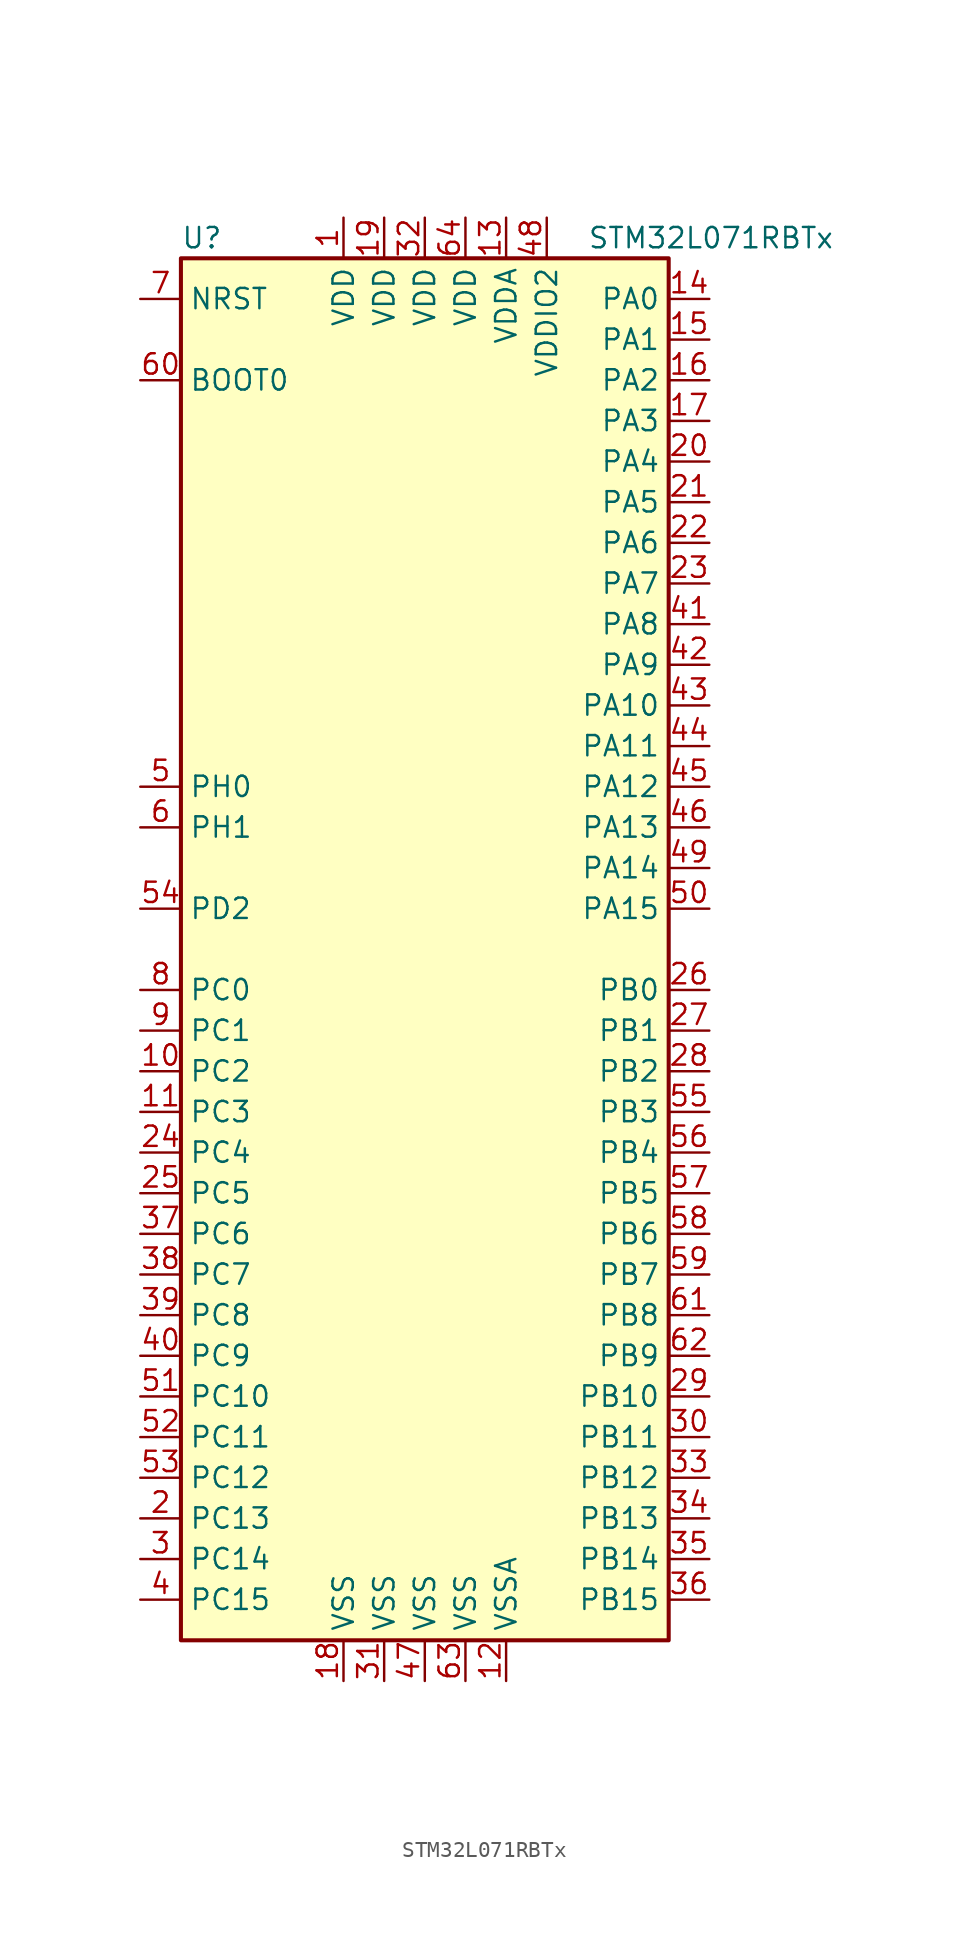
<source format=kicad_sym>
(kicad_symbol_lib
  (version 20201005)
  (generator kicad_symbol_editor)
  (symbol "MCU_ST_STM32L0:STM32L071RBTx"
    (property "Reference" "U"
      (at -15.24 44.45 0)
      (effects (font (size 1.27 1.27)) (justify left)))
    (property "Value" "STM32L071RBTx"
      (at 10.16 44.45 0)
      (effects (font (size 1.27 1.27)) (justify left)))
    (symbol "STM32L071RBTx_0_1"
      (rectangle (start -15.24 -43.18) (end 15.24 43.18) (stroke (width 0.254)) (fill (type background))))
    (symbol "STM32L071RBTx_1_1"
      (pin input line (at -17.78 35.56 0) (length 2.54) (name "BOOT0" (effects (font (size 1.27 1.27)))) (number "60" (effects (font (size 1.27 1.27)))))
      (pin input line (at -17.78 40.64 0) (length 2.54) (name "NRST" (effects (font (size 1.27 1.27)))) (number "7" (effects (font (size 1.27 1.27)))))
      (pin bidirectional line (at 17.78 40.64 180) (length 2.54) (name "PA0" (effects (font (size 1.27 1.27)))) (number "14" (effects (font (size 1.27 1.27)))))
      (pin bidirectional line (at 17.78 38.1 180) (length 2.54) (name "PA1" (effects (font (size 1.27 1.27)))) (number "15" (effects (font (size 1.27 1.27)))))
      (pin bidirectional line (at 17.78 15.24 180) (length 2.54) (name "PA10" (effects (font (size 1.27 1.27)))) (number "43" (effects (font (size 1.27 1.27)))))
      (pin bidirectional line (at 17.78 12.7 180) (length 2.54) (name "PA11" (effects (font (size 1.27 1.27)))) (number "44" (effects (font (size 1.27 1.27)))))
      (pin bidirectional line (at 17.78 10.16 180) (length 2.54) (name "PA12" (effects (font (size 1.27 1.27)))) (number "45" (effects (font (size 1.27 1.27)))))
      (pin bidirectional line (at 17.78 7.62 180) (length 2.54) (name "PA13" (effects (font (size 1.27 1.27)))) (number "46" (effects (font (size 1.27 1.27)))))
      (pin bidirectional line (at 17.78 5.08 180) (length 2.54) (name "PA14" (effects (font (size 1.27 1.27)))) (number "49" (effects (font (size 1.27 1.27)))))
      (pin bidirectional line (at 17.78 2.54 180) (length 2.54) (name "PA15" (effects (font (size 1.27 1.27)))) (number "50" (effects (font (size 1.27 1.27)))))
      (pin bidirectional line (at 17.78 35.56 180) (length 2.54) (name "PA2" (effects (font (size 1.27 1.27)))) (number "16" (effects (font (size 1.27 1.27)))))
      (pin bidirectional line (at 17.78 33.02 180) (length 2.54) (name "PA3" (effects (font (size 1.27 1.27)))) (number "17" (effects (font (size 1.27 1.27)))))
      (pin bidirectional line (at 17.78 30.48 180) (length 2.54) (name "PA4" (effects (font (size 1.27 1.27)))) (number "20" (effects (font (size 1.27 1.27)))))
      (pin bidirectional line (at 17.78 27.94 180) (length 2.54) (name "PA5" (effects (font (size 1.27 1.27)))) (number "21" (effects (font (size 1.27 1.27)))))
      (pin bidirectional line (at 17.78 25.4 180) (length 2.54) (name "PA6" (effects (font (size 1.27 1.27)))) (number "22" (effects (font (size 1.27 1.27)))))
      (pin bidirectional line (at 17.78 22.86 180) (length 2.54) (name "PA7" (effects (font (size 1.27 1.27)))) (number "23" (effects (font (size 1.27 1.27)))))
      (pin bidirectional line (at 17.78 20.32 180) (length 2.54) (name "PA8" (effects (font (size 1.27 1.27)))) (number "41" (effects (font (size 1.27 1.27)))))
      (pin bidirectional line (at 17.78 17.78 180) (length 2.54) (name "PA9" (effects (font (size 1.27 1.27)))) (number "42" (effects (font (size 1.27 1.27)))))
      (pin bidirectional line (at 17.78 -2.54 180) (length 2.54) (name "PB0" (effects (font (size 1.27 1.27)))) (number "26" (effects (font (size 1.27 1.27)))))
      (pin bidirectional line (at 17.78 -5.08 180) (length 2.54) (name "PB1" (effects (font (size 1.27 1.27)))) (number "27" (effects (font (size 1.27 1.27)))))
      (pin bidirectional line (at 17.78 -27.94 180) (length 2.54) (name "PB10" (effects (font (size 1.27 1.27)))) (number "29" (effects (font (size 1.27 1.27)))))
      (pin bidirectional line (at 17.78 -30.48 180) (length 2.54) (name "PB11" (effects (font (size 1.27 1.27)))) (number "30" (effects (font (size 1.27 1.27)))))
      (pin bidirectional line (at 17.78 -33.02 180) (length 2.54) (name "PB12" (effects (font (size 1.27 1.27)))) (number "33" (effects (font (size 1.27 1.27)))))
      (pin bidirectional line (at 17.78 -35.56 180) (length 2.54) (name "PB13" (effects (font (size 1.27 1.27)))) (number "34" (effects (font (size 1.27 1.27)))))
      (pin bidirectional line (at 17.78 -38.1 180) (length 2.54) (name "PB14" (effects (font (size 1.27 1.27)))) (number "35" (effects (font (size 1.27 1.27)))))
      (pin bidirectional line (at 17.78 -40.64 180) (length 2.54) (name "PB15" (effects (font (size 1.27 1.27)))) (number "36" (effects (font (size 1.27 1.27)))))
      (pin bidirectional line (at 17.78 -7.62 180) (length 2.54) (name "PB2" (effects (font (size 1.27 1.27)))) (number "28" (effects (font (size 1.27 1.27)))))
      (pin bidirectional line (at 17.78 -10.16 180) (length 2.54) (name "PB3" (effects (font (size 1.27 1.27)))) (number "55" (effects (font (size 1.27 1.27)))))
      (pin bidirectional line (at 17.78 -12.7 180) (length 2.54) (name "PB4" (effects (font (size 1.27 1.27)))) (number "56" (effects (font (size 1.27 1.27)))))
      (pin bidirectional line (at 17.78 -15.24 180) (length 2.54) (name "PB5" (effects (font (size 1.27 1.27)))) (number "57" (effects (font (size 1.27 1.27)))))
      (pin bidirectional line (at 17.78 -17.78 180) (length 2.54) (name "PB6" (effects (font (size 1.27 1.27)))) (number "58" (effects (font (size 1.27 1.27)))))
      (pin bidirectional line (at 17.78 -20.32 180) (length 2.54) (name "PB7" (effects (font (size 1.27 1.27)))) (number "59" (effects (font (size 1.27 1.27)))))
      (pin bidirectional line (at 17.78 -22.86 180) (length 2.54) (name "PB8" (effects (font (size 1.27 1.27)))) (number "61" (effects (font (size 1.27 1.27)))))
      (pin bidirectional line (at 17.78 -25.4 180) (length 2.54) (name "PB9" (effects (font (size 1.27 1.27)))) (number "62" (effects (font (size 1.27 1.27)))))
      (pin bidirectional line (at -17.78 -2.54 0) (length 2.54) (name "PC0" (effects (font (size 1.27 1.27)))) (number "8" (effects (font (size 1.27 1.27)))))
      (pin bidirectional line (at -17.78 -5.08 0) (length 2.54) (name "PC1" (effects (font (size 1.27 1.27)))) (number "9" (effects (font (size 1.27 1.27)))))
      (pin bidirectional line (at -17.78 -27.94 0) (length 2.54) (name "PC10" (effects (font (size 1.27 1.27)))) (number "51" (effects (font (size 1.27 1.27)))))
      (pin bidirectional line (at -17.78 -30.48 0) (length 2.54) (name "PC11" (effects (font (size 1.27 1.27)))) (number "52" (effects (font (size 1.27 1.27)))))
      (pin bidirectional line (at -17.78 -33.02 0) (length 2.54) (name "PC12" (effects (font (size 1.27 1.27)))) (number "53" (effects (font (size 1.27 1.27)))))
      (pin bidirectional line (at -17.78 -35.56 0) (length 2.54) (name "PC13" (effects (font (size 1.27 1.27)))) (number "2" (effects (font (size 1.27 1.27)))))
      (pin bidirectional line (at -17.78 -38.1 0) (length 2.54) (name "PC14" (effects (font (size 1.27 1.27)))) (number "3" (effects (font (size 1.27 1.27)))))
      (pin bidirectional line (at -17.78 -40.64 0) (length 2.54) (name "PC15" (effects (font (size 1.27 1.27)))) (number "4" (effects (font (size 1.27 1.27)))))
      (pin bidirectional line (at -17.78 -7.62 0) (length 2.54) (name "PC2" (effects (font (size 1.27 1.27)))) (number "10" (effects (font (size 1.27 1.27)))))
      (pin bidirectional line (at -17.78 -10.16 0) (length 2.54) (name "PC3" (effects (font (size 1.27 1.27)))) (number "11" (effects (font (size 1.27 1.27)))))
      (pin bidirectional line (at -17.78 -12.7 0) (length 2.54) (name "PC4" (effects (font (size 1.27 1.27)))) (number "24" (effects (font (size 1.27 1.27)))))
      (pin bidirectional line (at -17.78 -15.24 0) (length 2.54) (name "PC5" (effects (font (size 1.27 1.27)))) (number "25" (effects (font (size 1.27 1.27)))))
      (pin bidirectional line (at -17.78 -17.78 0) (length 2.54) (name "PC6" (effects (font (size 1.27 1.27)))) (number "37" (effects (font (size 1.27 1.27)))))
      (pin bidirectional line (at -17.78 -20.32 0) (length 2.54) (name "PC7" (effects (font (size 1.27 1.27)))) (number "38" (effects (font (size 1.27 1.27)))))
      (pin bidirectional line (at -17.78 -22.86 0) (length 2.54) (name "PC8" (effects (font (size 1.27 1.27)))) (number "39" (effects (font (size 1.27 1.27)))))
      (pin bidirectional line (at -17.78 -25.4 0) (length 2.54) (name "PC9" (effects (font (size 1.27 1.27)))) (number "40" (effects (font (size 1.27 1.27)))))
      (pin bidirectional line (at -17.78 2.54 0) (length 2.54) (name "PD2" (effects (font (size 1.27 1.27)))) (number "54" (effects (font (size 1.27 1.27)))))
      (pin input line (at -17.78 10.16 0) (length 2.54) (name "PH0" (effects (font (size 1.27 1.27)))) (number "5" (effects (font (size 1.27 1.27)))))
      (pin input line (at -17.78 7.62 0) (length 2.54) (name "PH1" (effects (font (size 1.27 1.27)))) (number "6" (effects (font (size 1.27 1.27)))))
      (pin power_in line (at -5.08 45.72 270) (length 2.54) (name "VDD" (effects (font (size 1.27 1.27)))) (number "1" (effects (font (size 1.27 1.27)))))
      (pin power_in line (at -2.54 45.72 270) (length 2.54) (name "VDD" (effects (font (size 1.27 1.27)))) (number "19" (effects (font (size 1.27 1.27)))))
      (pin power_in line (at 0 45.72 270) (length 2.54) (name "VDD" (effects (font (size 1.27 1.27)))) (number "32" (effects (font (size 1.27 1.27)))))
      (pin power_in line (at 2.54 45.72 270) (length 2.54) (name "VDD" (effects (font (size 1.27 1.27)))) (number "64" (effects (font (size 1.27 1.27)))))
      (pin power_in line (at 5.08 45.72 270) (length 2.54) (name "VDDA" (effects (font (size 1.27 1.27)))) (number "13" (effects (font (size 1.27 1.27)))))
      (pin power_in line (at 7.62 45.72 270) (length 2.54) (name "VDDIO2" (effects (font (size 1.27 1.27)))) (number "48" (effects (font (size 1.27 1.27)))))
      (pin power_in line (at -5.08 -45.72 90) (length 2.54) (name "VSS" (effects (font (size 1.27 1.27)))) (number "18" (effects (font (size 1.27 1.27)))))
      (pin power_in line (at -2.54 -45.72 90) (length 2.54) (name "VSS" (effects (font (size 1.27 1.27)))) (number "31" (effects (font (size 1.27 1.27)))))
      (pin power_in line (at 0 -45.72 90) (length 2.54) (name "VSS" (effects (font (size 1.27 1.27)))) (number "47" (effects (font (size 1.27 1.27)))))
      (pin power_in line (at 2.54 -45.72 90) (length 2.54) (name "VSS" (effects (font (size 1.27 1.27)))) (number "63" (effects (font (size 1.27 1.27)))))
      (pin power_in line (at 5.08 -45.72 90) (length 2.54) (name "VSSA" (effects (font (size 1.27 1.27)))) (number "12" (effects (font (size 1.27 1.27))))))))
</source>
